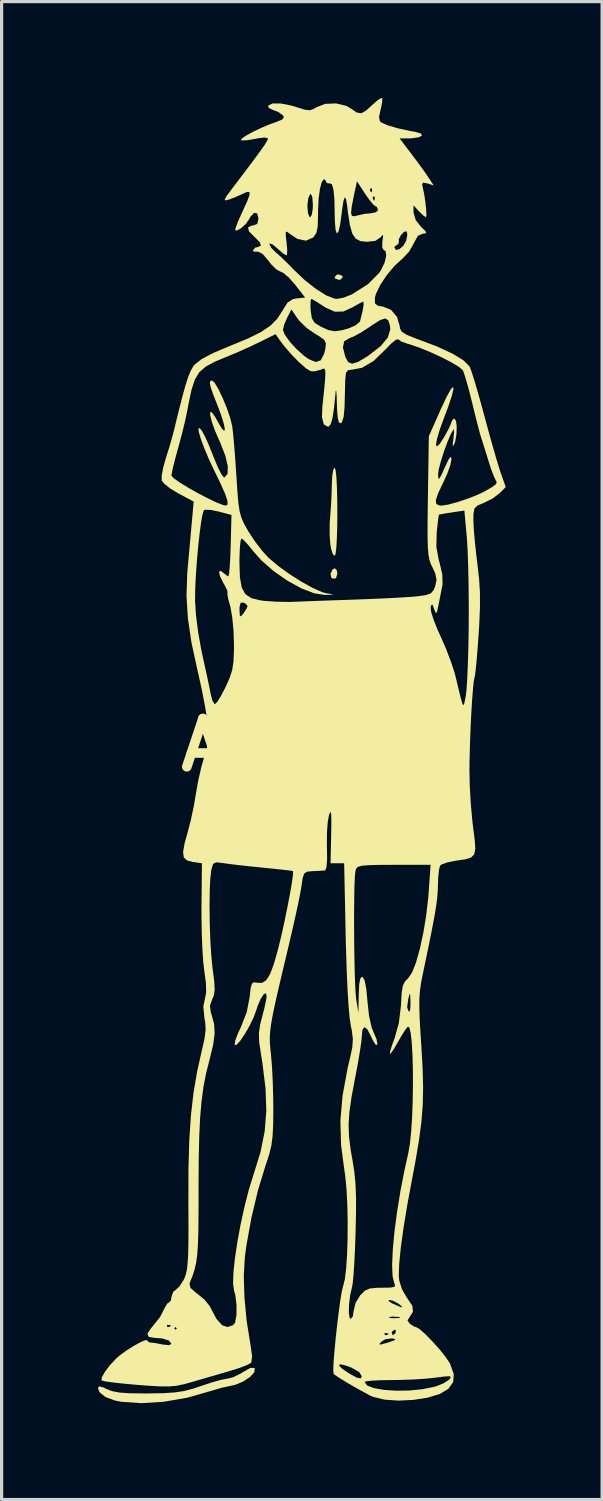
<source format=kicad_pcb>
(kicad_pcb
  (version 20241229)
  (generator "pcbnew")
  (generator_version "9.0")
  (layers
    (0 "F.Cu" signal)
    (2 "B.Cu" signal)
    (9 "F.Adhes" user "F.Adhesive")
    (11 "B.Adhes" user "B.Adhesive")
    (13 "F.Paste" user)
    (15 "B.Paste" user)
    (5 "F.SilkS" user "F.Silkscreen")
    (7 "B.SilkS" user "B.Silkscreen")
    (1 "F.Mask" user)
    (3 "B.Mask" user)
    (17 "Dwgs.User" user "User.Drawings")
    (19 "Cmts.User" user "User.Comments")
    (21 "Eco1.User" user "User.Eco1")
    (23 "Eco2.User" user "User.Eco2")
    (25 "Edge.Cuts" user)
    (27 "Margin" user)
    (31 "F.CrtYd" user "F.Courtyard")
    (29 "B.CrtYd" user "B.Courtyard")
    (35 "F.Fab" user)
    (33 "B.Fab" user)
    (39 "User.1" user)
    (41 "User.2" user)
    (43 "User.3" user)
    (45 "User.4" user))
  (footprint "Allitnil"
    (layer "F.Cu")
    (at 8.225 20.14)
    (property "Reference" "Allitnil" (at -1.959 0 0) (layer "F.SilkS") (effects (font (size 1.5 1.5) (thickness 0.3))))
    (attr board_only exclude_from_pos_files exclude_from_bom)
    (fp_poly (pts (xy -0.788 -5.432) (xy -0.774 -5.334) (xy -0.816 -5.187) (xy -0.919 -5.179) (xy -0.966 -5.215) (xy -0.985 -5.33) (xy -0.926 -5.459) (xy -0.85 -5.503)) (stroke (width 0) (type solid)) (fill yes) (layer "F.SilkS"))
    (fp_poly (pts (xy -0.619 -14.602) (xy -0.605 -14.563) (xy -0.673 -14.488) (xy -0.732 -14.478) (xy -0.844 -14.524) (xy -0.859 -14.563) (xy -0.79 -14.638) (xy -0.732 -14.647)) (stroke (width 0) (type solid)) (fill yes) (layer "F.SilkS"))
    (fp_poly (pts (xy -0.828 -8.557) (xy -0.804 -8.343) (xy -0.787 -8.029) (xy -0.777 -7.648) (xy -0.774 -7.235) (xy -0.777 -6.824) (xy -0.788 -6.45) (xy -0.805 -6.146) (xy -0.83 -5.947) (xy -0.853 -5.888) (xy -0.911 -5.932) (xy -0.967 -6.101) (xy -0.99 -6.223) (xy -1.014 -6.538) (xy -1.012 -6.908) (xy -0.998 -7.092) (xy -0.97 -7.466) (xy -0.951 -7.886) (xy -0.946 -8.107) (xy -0.932 -8.384) (xy -0.899 -8.575) (xy -0.859 -8.636)) (stroke (width 0) (type solid)) (fill yes) (layer "F.SilkS"))
    (fp_poly (pts (xy -3.345 19.407) (xy -3.358 19.526) (xy -3.49 19.672) (xy -3.698 19.811) (xy -3.941 19.914) (xy -4.055 19.941) (xy -4.355 20.005) (xy -4.672 20.096) (xy -4.711 20.109) (xy -5.444 20.318) (xy -6.184 20.446) (xy -6.887 20.489) (xy -7.509 20.444) (xy -7.695 20.407) (xy -7.996 20.296) (xy -8.181 20.144) (xy -8.225 20.02) (xy -8.188 19.964) (xy -8.058 19.999) (xy -7.949 20.051) (xy -7.781 20.116) (xy -7.557 20.158) (xy -7.242 20.18) (xy -6.802 20.186) (xy -6.658 20.186) (xy -6.186 20.177) (xy -5.831 20.154) (xy -5.54 20.11) (xy -5.261 20.037) (xy -5.014 19.953) (xy -4.689 19.845) (xy -4.406 19.765) (xy -4.218 19.728) (xy -4.2 19.727) (xy -4.015 19.681) (xy -3.78 19.565) (xy -3.709 19.52) (xy -3.481 19.392) (xy -3.357 19.392)) (stroke (width 0) (type solid)) (fill yes) (layer "F.SilkS"))
    (fp_poly (pts (xy 0.625 -20.04) (xy 0.589 -19.842) (xy 0.571 -19.774) (xy 0.524 -19.545) (xy 0.549 -19.42) (xy 0.595 -19.377) (xy 0.795 -19.288) (xy 1.111 -19.196) (xy 1.488 -19.114) (xy 1.633 -19.089) (xy 1.824 -19.036) (xy 1.863 -18.973) (xy 1.764 -18.918) (xy 1.543 -18.885) (xy 1.444 -18.882) (xy 1.164 -18.881) (xy 1.536 -18.394) (xy 1.748 -18.111) (xy 1.94 -17.846) (xy 2.066 -17.663) (xy 2.223 -17.419) (xy 2.029 -17.481) (xy 1.889 -17.506) (xy 1.866 -17.435) (xy 1.878 -17.386) (xy 1.923 -17.178) (xy 1.963 -16.925) (xy 1.99 -16.679) (xy 2 -16.495) (xy 1.986 -16.425) (xy 1.903 -16.481) (xy 1.769 -16.611) (xy 1.597 -16.796) (xy 1.597 -16.572) (xy 1.668 -16.335) (xy 1.829 -16.132) (xy 1.971 -15.993) (xy 1.993 -15.932) (xy 1.905 -15.917) (xy 1.888 -15.917) (xy 1.734 -15.85) (xy 1.614 -15.635) (xy 1.608 -15.619) (xy 1.461 -15.358) (xy 1.253 -15.139) (xy 1.245 -15.132) (xy 1.002 -14.909) (xy 0.76 -14.618) (xy 0.556 -14.308) (xy 0.423 -14.031) (xy 0.394 -13.912) (xy 0.397 -13.746) (xy 0.484 -13.673) (xy 0.645 -13.647) (xy 0.896 -13.545) (xy 1.084 -13.324) (xy 1.171 -13.03) (xy 1.173 -12.977) (xy 1.222 -12.873) (xy 1.382 -12.769) (xy 1.681 -12.648) (xy 1.745 -12.626) (xy 2.339 -12.401) (xy 2.811 -12.182) (xy 3.148 -11.976) (xy 3.335 -11.791) (xy 3.348 -11.768) (xy 3.406 -11.615) (xy 3.496 -11.332) (xy 3.607 -10.952) (xy 3.731 -10.51) (xy 3.802 -10.245) (xy 3.935 -9.756) (xy 4.066 -9.287) (xy 4.184 -8.88) (xy 4.278 -8.575) (xy 4.309 -8.48) (xy 4.468 -8.028) (xy 4.275 -7.835) (xy 4.06 -7.673) (xy 3.795 -7.539) (xy 3.77 -7.529) (xy 3.586 -7.453) (xy 3.495 -7.361) (xy 3.464 -7.199) (xy 3.461 -6.989) (xy 3.473 -6.722) (xy 3.505 -6.346) (xy 3.551 -5.918) (xy 3.586 -5.636) (xy 3.638 -5.177) (xy 3.665 -4.749) (xy 3.666 -4.294) (xy 3.644 -3.756) (xy 3.624 -3.443) (xy 3.592 -2.996) (xy 3.56 -2.609) (xy 3.53 -2.314) (xy 3.507 -2.141) (xy 3.499 -2.112) (xy 3.474 -1.995) (xy 3.448 -1.741) (xy 3.42 -1.381) (xy 3.394 -0.946) (xy 3.371 -0.467) (xy 3.353 0.024) (xy 3.341 0.496) (xy 3.338 0.762) (xy 3.348 1.269) (xy 3.381 1.841) (xy 3.43 2.377) (xy 3.448 2.529) (xy 3.502 2.948) (xy 3.52 3.229) (xy 3.487 3.404) (xy 3.389 3.504) (xy 3.209 3.559) (xy 2.932 3.6) (xy 2.913 3.603) (xy 2.656 3.654) (xy 2.472 3.72) (xy 2.424 3.757) (xy 2.39 3.888) (xy 2.365 4.13) (xy 2.358 4.36) (xy 2.351 4.559) (xy 2.333 4.775) (xy 2.299 5.034) (xy 2.245 5.358) (xy 2.166 5.772) (xy 2.06 6.299) (xy 1.921 6.963) (xy 1.89 7.112) (xy 1.835 7.388) (xy 1.799 7.636) (xy 1.78 7.891) (xy 1.778 8.189) (xy 1.791 8.567) (xy 1.82 9.059) (xy 1.84 9.356) (xy 1.88 10.053) (xy 1.896 10.652) (xy 1.885 11.198) (xy 1.842 11.737) (xy 1.766 12.317) (xy 1.653 12.983) (xy 1.554 13.504) (xy 1.406 14.303) (xy 1.288 15.021) (xy 1.202 15.641) (xy 1.152 16.143) (xy 1.138 16.51) (xy 1.15 16.661) (xy 1.24 16.947) (xy 1.391 17.207) (xy 1.398 17.215) (xy 1.559 17.456) (xy 1.581 17.643) (xy 1.482 17.798) (xy 1.411 17.912) (xy 1.479 18.015) (xy 1.617 18.105) (xy 1.673 18.119) (xy 1.783 18.18) (xy 1.964 18.339) (xy 2.181 18.561) (xy 2.403 18.809) (xy 2.595 19.048) (xy 2.724 19.242) (xy 2.739 19.271) (xy 2.85 19.586) (xy 2.833 19.828) (xy 2.686 20.036) (xy 2.676 20.046) (xy 2.416 20.202) (xy 2.038 20.317) (xy 1.593 20.387) (xy 1.128 20.409) (xy 0.692 20.379) (xy 0.333 20.291) (xy 0.239 20.248) (xy -0.123 20.051) (xy -0.449 19.864) (xy -0.507 19.828) (xy 0.073 19.828) (xy 0.151 19.937) (xy 0.363 20.02) (xy 0.676 20.075) (xy 1.054 20.101) (xy 1.465 20.095) (xy 1.874 20.054) (xy 2.248 19.978) (xy 2.296 19.965) (xy 2.531 19.871) (xy 2.701 19.762) (xy 2.72 19.742) (xy 2.759 19.675) (xy 2.71 19.649) (xy 2.547 19.659) (xy 2.316 19.691) (xy 2.002 19.725) (xy 1.587 19.752) (xy 1.141 19.767) (xy 0.941 19.769) (xy 0.58 19.774) (xy 0.293 19.789) (xy 0.114 19.81) (xy 0.073 19.828) (xy -0.507 19.828) (xy -0.706 19.707) (xy -0.862 19.601) (xy -0.892 19.572) (xy -0.901 19.461) (xy -0.895 19.311) (xy -0.725 19.311) (xy -0.632 19.41) (xy -0.408 19.563) (xy -0.405 19.565) (xy -0.171 19.693) (xy -0.047 19.719) (xy -0.012 19.653) (xy -0.094 19.519) (xy -0.333 19.383) (xy -0.502 19.32) (xy -0.683 19.277) (xy -0.725 19.311) (xy -0.895 19.311) (xy -0.891 19.218) (xy -0.865 18.879) (xy -0.843 18.651) (xy 0.532 18.651) (xy 0.57 18.665) (xy 0.737 18.621) (xy 0.799 18.602) (xy 0.992 18.536) (xy 1.035 18.498) (xy 0.942 18.473) (xy 0.93 18.471) (xy 0.718 18.5) (xy 0.598 18.574) (xy 0.532 18.651) (xy -0.843 18.651) (xy -0.827 18.481) (xy -0.809 18.316) (xy 0.694 18.316) (xy 0.705 18.367) (xy 0.75 18.373) (xy 0.82 18.342) (xy 0.807 18.316) (xy 0.706 18.306) (xy 0.694 18.316) (xy -0.809 18.316) (xy -0.806 18.288) (xy 0.919 18.288) (xy 0.948 18.37) (xy 0.957 18.373) (xy 1.029 18.313) (xy 1.046 18.288) (xy 1.04 18.21) (xy 1.009 18.203) (xy 0.923 18.265) (xy 0.919 18.288) (xy -0.806 18.288) (xy -0.781 18.059) (xy -0.731 17.649) (xy -0.682 17.288) (xy -0.635 17.011) (xy -0.597 16.855) (xy -0.595 16.849) (xy -0.541 16.636) (xy -0.499 16.29) (xy -0.47 15.846) (xy -0.455 15.338) (xy -0.453 14.803) (xy -0.465 14.275) (xy -0.491 13.791) (xy -0.532 13.384) (xy -0.553 13.25) (xy -0.658 12.458) (xy -0.676 11.812) (xy -0.424 11.812) (xy -0.411 12.188) (xy -0.361 12.593) (xy -0.299 12.947) (xy -0.244 13.294) (xy -0.209 13.659) (xy -0.192 14.084) (xy -0.193 14.605) (xy -0.206 15.155) (xy -0.223 15.654) (xy -0.245 16.106) (xy -0.269 16.48) (xy -0.294 16.742) (xy -0.311 16.849) (xy -0.373 17.121) (xy -0.409 17.406) (xy -0.417 17.655) (xy -0.395 17.822) (xy -0.359 17.865) (xy -0.328 17.831) (xy 0.83 17.831) (xy 0.947 17.844) (xy 1.004 17.845) (xy 1.158 17.836) (xy 1.176 17.814) (xy 1.152 17.806) (xy 0.938 17.793) (xy 0.856 17.806) (xy 0.83 17.831) (xy -0.328 17.831) (xy -0.293 17.791) (xy -0.266 17.615) (xy -0.207 17.368) (xy -0.169 17.307) (xy 0.816 17.307) (xy 0.924 17.378) (xy 0.962 17.396) (xy 1.181 17.491) (xy 1.257 17.507) (xy 1.197 17.444) (xy 1.136 17.396) (xy 0.955 17.299) (xy 0.84 17.276) (xy 0.816 17.307) (xy -0.169 17.307) (xy -0.061 17.129) (xy 0.082 16.988) (xy 0.24 16.918) (xy 0.476 16.896) (xy 0.61 16.895) (xy 0.873 16.892) (xy 1.001 16.869) (xy 1.024 16.813) (xy 0.998 16.753) (xy 0.946 16.541) (xy 0.931 16.19) (xy 0.951 15.724) (xy 1.002 15.169) (xy 1.083 14.549) (xy 1.189 13.891) (xy 1.32 13.217) (xy 1.436 12.7) (xy 1.485 12.414) (xy 1.524 12.035) (xy 1.553 11.588) (xy 1.571 11.1) (xy 1.579 10.597) (xy 1.577 10.107) (xy 1.565 9.656) (xy 1.543 9.27) (xy 1.511 8.976) (xy 1.469 8.8) (xy 1.423 8.766) (xy 1.345 8.86) (xy 1.221 9.056) (xy 1.121 9.232) (xy 0.992 9.454) (xy 0.896 9.593) (xy 0.86 9.621) (xy 0.871 9.531) (xy 0.933 9.333) (xy 1.007 9.133) (xy 1.14 8.662) (xy 1.2 8.166) (xy 1.399 8.166) (xy 1.442 8.288) (xy 1.475 8.297) (xy 1.496 8.223) (xy 1.503 8.037) (xy 1.502 7.98) (xy 1.494 7.781) (xy 1.479 7.741) (xy 1.448 7.851) (xy 1.433 7.916) (xy 1.399 8.166) (xy 1.2 8.166) (xy 1.207 8.112) (xy 1.209 8.051) (xy 1.229 7.712) (xy 1.265 7.497) (xy 1.332 7.359) (xy 1.427 7.264) (xy 1.549 7.09) (xy 1.673 6.776) (xy 1.793 6.353) (xy 1.902 5.85) (xy 1.993 5.299) (xy 2.058 4.728) (xy 2.071 4.552) (xy 2.129 3.729) (xy 0.983 3.731) (xy 0.521 3.733) (xy 0.202 3.741) (xy -0.003 3.758) (xy -0.122 3.789) (xy -0.181 3.837) (xy -0.208 3.905) (xy -0.227 4.063) (xy -0.24 4.358) (xy -0.248 4.76) (xy -0.253 5.235) (xy -0.252 5.753) (xy -0.248 6.281) (xy -0.24 6.788) (xy -0.228 7.243) (xy -0.212 7.612) (xy -0.193 7.866) (xy -0.187 7.916) (xy -0.119 8.34) (xy -0.108 7.761) (xy -0.092 7.437) (xy -0.057 7.262) (xy 0.001 7.215) (xy 0.009 7.217) (xy 0.074 7.323) (xy 0.126 7.586) (xy 0.162 7.965) (xy 0.212 8.426) (xy 0.292 8.787) (xy 0.359 8.955) (xy 0.448 9.163) (xy 0.473 9.319) (xy 0.468 9.336) (xy 0.417 9.329) (xy 0.332 9.196) (xy 0.28 9.083) (xy 0.162 8.853) (xy 0.067 8.782) (xy 0.005 8.87) (xy -0.012 9.066) (xy -0.028 9.244) (xy -0.073 9.546) (xy -0.138 9.931) (xy -0.219 10.357) (xy -0.224 10.38) (xy -0.332 10.957) (xy -0.398 11.418) (xy -0.424 11.812) (xy -0.676 11.812) (xy -0.679 11.697) (xy -0.612 10.917) (xy -0.455 10.064) (xy -0.38 9.748) (xy -0.308 9.41) (xy -0.291 9.147) (xy -0.326 8.873) (xy -0.356 8.732) (xy -0.393 8.487) (xy -0.427 8.094) (xy -0.459 7.571) (xy -0.486 6.938) (xy -0.508 6.216) (xy -0.514 5.969) (xy -0.562 3.683) (xy -0.774 3.683) (xy -0.986 3.682) (xy -0.966 2.794) (xy -0.961 2.41) (xy -0.964 2.179) (xy -0.98 2.086) (xy -1.008 2.114) (xy -1.036 2.193) (xy -1.075 2.416) (xy -1.097 2.743) (xy -1.1 3.113) (xy -1.097 3.188) (xy -1.093 3.549) (xy -1.111 3.796) (xy -1.148 3.903) (xy -1.155 3.906) (xy -1.292 3.916) (xy -1.512 3.926) (xy -1.535 3.927) (xy -1.711 3.942) (xy -1.806 4.001) (xy -1.855 4.149) (xy -1.885 4.36) (xy -1.923 4.585) (xy -1.993 4.936) (xy -2.088 5.376) (xy -2.2 5.868) (xy -2.283 6.223) (xy -2.458 6.959) (xy -2.598 7.551) (xy -2.705 8.022) (xy -2.783 8.391) (xy -2.835 8.681) (xy -2.865 8.912) (xy -2.877 9.107) (xy -2.874 9.285) (xy -2.858 9.469) (xy -2.841 9.63) (xy -2.81 9.988) (xy -2.786 10.45) (xy -2.771 10.952) (xy -2.767 11.345) (xy -2.772 11.817) (xy -2.789 12.171) (xy -2.826 12.457) (xy -2.89 12.727) (xy -2.988 13.031) (xy -3.006 13.081) (xy -3.242 13.852) (xy -3.448 14.712) (xy -3.605 15.583) (xy -3.655 15.957) (xy -3.686 16.531) (xy -3.665 17.21) (xy -3.595 17.941) (xy -3.479 18.667) (xy -3.473 18.699) (xy -3.427 19.035) (xy -3.453 19.219) (xy -3.468 19.238) (xy -3.589 19.304) (xy -3.821 19.392) (xy -4.089 19.477) (xy -4.457 19.584) (xy -4.888 19.71) (xy -5.261 19.819) (xy -5.539 19.897) (xy -5.772 19.946) (xy -6.006 19.968) (xy -6.288 19.967) (xy -6.662 19.945) (xy -6.978 19.921) (xy -7.389 19.885) (xy -7.738 19.847) (xy -7.989 19.812) (xy -8.11 19.784) (xy -8.115 19.781) (xy -8.105 19.683) (xy -8.006 19.508) (xy -7.846 19.299) (xy -7.658 19.098) (xy -7.556 19.008) (xy -7.343 18.852) (xy -7.109 18.704) (xy -6.897 18.588) (xy -6.748 18.526) (xy -6.701 18.533) (xy -6.633 18.595) (xy -6.595 18.6) (xy -6.442 18.618) (xy -6.221 18.661) (xy -6.214 18.663) (xy -6.018 18.685) (xy -5.939 18.646) (xy -5.939 18.642) (xy -6.017 18.539) (xy -6.228 18.473) (xy -6.453 18.457) (xy -6.648 18.425) (xy -6.688 18.327) (xy -6.578 18.161) (xy -5.854 18.161) (xy -5.812 18.203) (xy -5.769 18.161) (xy -5.812 18.119) (xy -5.854 18.161) (xy -6.578 18.161) (xy -6.575 18.157) (xy -6.552 18.132) (xy -6.496 18.062) (xy -6.08 18.062) (xy -6.068 18.113) (xy -6.023 18.119) (xy -5.954 18.088) (xy -5.967 18.062) (xy -6.067 18.052) (xy -6.08 18.062) (xy -6.496 18.062) (xy -6.294 17.809) (xy -6.138 17.505) (xy -6.061 17.38) (xy -6.013 17.357) (xy -5.953 17.286) (xy -5.939 17.185) (xy -5.882 17.021) (xy -5.808 16.963) (xy -5.691 16.858) (xy -5.631 16.764) (xy -5.376 16.764) (xy -5.347 16.9) (xy -5.155 17.068) (xy -5.128 17.086) (xy -4.909 17.267) (xy -4.747 17.467) (xy -4.725 17.51) (xy -4.538 17.864) (xy -4.359 18.063) (xy -4.192 18.119) (xy -4.023 18.063) (xy -3.958 17.985) (xy -3.914 17.745) (xy -3.913 17.428) (xy -3.951 17.119) (xy -3.991 16.977) (xy -4.02 16.766) (xy -4.009 16.423) (xy -3.962 15.981) (xy -3.886 15.471) (xy -3.785 14.926) (xy -3.665 14.376) (xy -3.532 13.854) (xy -3.39 13.392) (xy -3.37 13.334) (xy -3.163 12.663) (xy -3.036 12.028) (xy -2.985 11.387) (xy -3.009 10.694) (xy -3.106 9.905) (xy -3.156 9.596) (xy -3.208 9.24) (xy -3.216 8.97) (xy -3.177 8.706) (xy -3.118 8.475) (xy -3.042 8.18) (xy -2.991 7.936) (xy -2.975 7.815) (xy -3.003 7.727) (xy -3.073 7.768) (xy -3.164 7.912) (xy -3.257 8.129) (xy -3.297 8.255) (xy -3.382 8.485) (xy -3.507 8.743) (xy -3.65 8.992) (xy -3.789 9.198) (xy -3.901 9.326) (xy -3.966 9.34) (xy -3.97 9.332) (xy -3.953 9.203) (xy -3.871 8.982) (xy -3.778 8.787) (xy -3.594 8.315) (xy -3.504 7.851) (xy -3.473 7.575) (xy -3.435 7.432) (xy -3.369 7.387) (xy -3.271 7.401) (xy -3.118 7.406) (xy -2.987 7.323) (xy -2.868 7.133) (xy -2.749 6.817) (xy -2.619 6.356) (xy -2.596 6.265) (xy -2.508 5.897) (xy -2.417 5.485) (xy -2.331 5.062) (xy -2.254 4.662) (xy -2.194 4.319) (xy -2.158 4.065) (xy -2.15 3.935) (xy -2.154 3.926) (xy -2.24 3.911) (xy -2.46 3.885) (xy -2.778 3.851) (xy -3.102 3.818) (xy -3.517 3.776) (xy -3.9 3.733) (xy -4.201 3.696) (xy -4.339 3.675) (xy -4.543 3.652) (xy -4.64 3.701) (xy -4.691 3.859) (xy -4.699 3.896) (xy -4.729 4.162) (xy -4.747 4.555) (xy -4.752 5.031) (xy -4.746 5.55) (xy -4.728 6.07) (xy -4.699 6.546) (xy -4.66 6.939) (xy -4.652 6.998) (xy -4.605 7.368) (xy -4.593 7.617) (xy -4.616 7.79) (xy -4.668 7.915) (xy -4.74 8.116) (xy -4.712 8.329) (xy -4.684 8.412) (xy -4.609 8.69) (xy -4.593 8.98) (xy -4.638 9.327) (xy -4.748 9.78) (xy -4.759 9.823) (xy -4.861 10.225) (xy -4.94 10.638) (xy -5.001 11.086) (xy -5.045 11.595) (xy -5.073 12.192) (xy -5.089 12.902) (xy -5.094 13.751) (xy -5.094 13.906) (xy -5.095 14.58) (xy -5.1 15.111) (xy -5.112 15.525) (xy -5.133 15.847) (xy -5.167 16.103) (xy -5.215 16.32) (xy -5.281 16.523) (xy -5.366 16.739) (xy -5.376 16.764) (xy -5.631 16.764) (xy -5.564 16.661) (xy -5.537 16.606) (xy -5.492 16.487) (xy -5.458 16.336) (xy -5.434 16.132) (xy -5.418 15.851) (xy -5.41 15.471) (xy -5.408 14.97) (xy -5.411 14.325) (xy -5.411 14.224) (xy -5.409 13.2) (xy -5.383 12.313) (xy -5.332 11.533) (xy -5.252 10.83) (xy -5.14 10.171) (xy -4.996 9.529) (xy -4.908 9.139) (xy -4.873 8.856) (xy -4.888 8.626) (xy -4.909 8.527) (xy -4.946 8.138) (xy -4.902 7.935) (xy -4.857 7.705) (xy -4.866 7.397) (xy -4.912 7.064) (xy -4.948 6.763) (xy -4.976 6.339) (xy -4.995 5.84) (xy -5.003 5.312) (xy -5.003 5.069) (xy -4.99 3.683) (xy -5.273 3.641) (xy -5.455 3.593) (xy -5.554 3.498) (xy -5.576 3.326) (xy -5.526 3.049) (xy -5.438 2.736) (xy -5.334 2.336) (xy -5.237 1.877) (xy -5.178 1.524) (xy -5.105 1.112) (xy -5.005 0.676) (xy -4.912 0.354) (xy -4.823 0.06) (xy -4.781 -0.178) (xy -4.782 -0.427) (xy -4.82 -0.759) (xy -4.833 -0.845) (xy -4.899 -1.237) (xy -4.991 -1.71) (xy -5.095 -2.186) (xy -5.134 -2.354) (xy -5.317 -3.2) (xy -5.427 -3.945) (xy -5.46 -4.494) (xy -5.203 -4.494) (xy -5.203 -4.487) (xy -5.174 -4.041) (xy -5.107 -3.511) (xy -5.012 -2.976) (xy -4.983 -2.836) (xy -4.892 -2.424) (xy -4.809 -2.041) (xy -4.746 -1.736) (xy -4.717 -1.587) (xy -4.663 -1.384) (xy -4.599 -1.275) (xy -4.584 -1.27) (xy -4.513 -1.341) (xy -4.397 -1.527) (xy -4.26 -1.79) (xy -4.25 -1.811) (xy -4.124 -2.093) (xy -4.047 -2.333) (xy -4.007 -2.592) (xy -3.993 -2.929) (xy -3.992 -3.145) (xy -4.007 -3.566) (xy -4.045 -3.967) (xy -4.087 -4.21) (xy -3.819 -4.21) (xy -3.811 -4.032) (xy -3.776 -4.003) (xy -3.692 -4.101) (xy -3.596 -4.251) (xy -3.583 -4.285) (xy 2.13 -4.285) (xy 2.146 -4.142) (xy 2.225 -3.891) (xy 2.352 -3.574) (xy 2.433 -3.396) (xy 2.605 -3.004) (xy 2.761 -2.598) (xy 2.876 -2.248) (xy 2.899 -2.159) (xy 3.003 -1.725) (xy 3.073 -1.438) (xy 3.12 -1.281) (xy 3.151 -1.236) (xy 3.175 -1.286) (xy 3.202 -1.413) (xy 3.223 -1.524) (xy 3.247 -1.722) (xy 3.269 -2.057) (xy 3.288 -2.5) (xy 3.304 -3.018) (xy 3.314 -3.581) (xy 3.316 -3.768) (xy 3.317 -4.376) (xy 3.311 -4.986) (xy 3.299 -5.557) (xy 3.282 -6.047) (xy 3.26 -6.415) (xy 3.256 -6.464) (xy 3.18 -7.297) (xy 2.79 -7.239) (xy 2.558 -7.202) (xy 2.411 -7.175) (xy 2.387 -7.168) (xy 2.372 -7.084) (xy 2.347 -6.878) (xy 2.32 -6.631) (xy 2.308 -6.167) (xy 2.384 -5.753) (xy 2.408 -5.676) (xy 2.493 -5.312) (xy 2.501 -5.006) (xy 2.496 -4.971) (xy 2.442 -4.699) (xy 2.382 -4.394) (xy 2.376 -4.36) (xy 2.331 -4.156) (xy 2.298 -4.101) (xy 2.258 -4.18) (xy 2.24 -4.233) (xy 2.187 -4.37) (xy 2.151 -4.355) (xy 2.13 -4.285) (xy -3.583 -4.285) (xy -3.568 -4.325) (xy -3.635 -4.403) (xy -3.695 -4.433) (xy -3.784 -4.427) (xy -3.818 -4.296) (xy -3.819 -4.21) (xy -4.087 -4.21) (xy -4.099 -4.281) (xy -4.115 -4.339) (xy -4.176 -4.569) (xy -4.199 -4.714) (xy -4.19 -4.741) (xy -4.2 -4.805) (xy -4.278 -4.967) (xy -4.325 -5.048) (xy -4.429 -5.26) (xy -4.456 -5.393) (xy -4.406 -5.421) (xy -4.312 -5.35) (xy -4.2 -5.262) (xy -4.165 -5.249) (xy -4.144 -5.328) (xy -4.124 -5.543) (xy -4.106 -5.859) (xy -4.094 -6.205) (xy -4.069 -7.16) (xy -4.467 -7.266) (xy -4.711 -7.316) (xy -4.885 -7.322) (xy -4.928 -7.306) (xy -4.969 -7.187) (xy -5.015 -6.934) (xy -5.062 -6.58) (xy -5.108 -6.159) (xy -5.148 -5.706) (xy -5.179 -5.255) (xy -5.199 -4.839) (xy -5.203 -4.494) (xy -5.46 -4.494) (xy -5.469 -4.641) (xy -5.447 -5.336) (xy -5.433 -5.503) (xy -5.392 -5.956) (xy -5.35 -6.424) (xy -5.313 -6.831) (xy -5.299 -6.985) (xy -5.247 -7.578) (xy -5.72 -7.829) (xy -5.976 -7.984) (xy -6.166 -8.135) (xy -6.241 -8.233) (xy -6.241 -8.384) (xy -5.939 -8.384) (xy -5.868 -8.303) (xy -5.682 -8.172) (xy -5.417 -8.01) (xy -5.111 -7.837) (xy -4.8 -7.675) (xy -4.524 -7.544) (xy -4.318 -7.465) (xy -4.245 -7.451) (xy -4.189 -7.486) (xy -4.195 -7.603) (xy -4.268 -7.818) (xy -4.415 -8.149) (xy -4.61 -8.551) (xy -4.777 -8.907) (xy -4.916 -9.238) (xy -5.021 -9.521) (xy -5.084 -9.734) (xy -5.098 -9.854) (xy -5.056 -9.858) (xy -4.99 -9.779) (xy -4.903 -9.621) (xy -4.783 -9.355) (xy -4.652 -9.032) (xy -4.622 -8.953) (xy -4.499 -8.656) (xy -4.388 -8.436) (xy -4.307 -8.329) (xy -4.289 -8.325) (xy -4.191 -8.439) (xy -4.183 -8.675) (xy -4.264 -9.014) (xy -4.43 -9.436) (xy -4.457 -9.493) (xy -4.594 -9.812) (xy -4.686 -10.077) (xy -4.732 -10.268) (xy -4.73 -10.367) (xy -4.679 -10.354) (xy -4.577 -10.21) (xy -4.502 -10.075) (xy -4.373 -9.853) (xy -4.297 -9.777) (xy -4.276 -9.834) (xy -4.31 -10.01) (xy -4.399 -10.29) (xy -4.494 -10.542) (xy -4.637 -10.907) (xy -4.718 -11.143) (xy -4.745 -11.277) (xy -4.721 -11.335) (xy -4.675 -11.345) (xy -4.592 -11.272) (xy -4.476 -11.078) (xy -4.346 -10.806) (xy -4.219 -10.498) (xy -4.114 -10.195) (xy -4.049 -9.938) (xy -4.044 -9.906) (xy -4.018 -9.679) (xy -3.986 -9.328) (xy -3.952 -8.896) (xy -3.92 -8.43) (xy -3.914 -8.339) (xy -3.883 -7.864) (xy -3.853 -7.52) (xy -3.815 -7.269) (xy -3.76 -7.073) (xy -3.682 -6.894) (xy -3.57 -6.694) (xy -3.542 -6.646) (xy -3.332 -6.327) (xy -3.092 -6.018) (xy -2.918 -5.83) (xy -2.624 -5.58) (xy -2.268 -5.322) (xy -1.891 -5.082) (xy -1.535 -4.885) (xy -1.24 -4.755) (xy -1.1 -4.719) (xy -0.932 -4.696) (xy -0.916 -4.684) (xy -1.058 -4.674) (xy -1.156 -4.67) (xy -1.49 -4.72) (xy -1.895 -4.876) (xy -2.33 -5.115) (xy -2.758 -5.413) (xy -3.139 -5.747) (xy -3.378 -6.016) (xy -3.555 -6.233) (xy -3.694 -6.384) (xy -3.758 -6.431) (xy -3.787 -6.354) (xy -3.808 -6.146) (xy -3.82 -5.844) (xy -3.822 -5.682) (xy -3.807 -5.221) (xy -3.751 -4.901) (xy -3.636 -4.692) (xy -3.444 -4.567) (xy -3.157 -4.5) (xy -3.049 -4.486) (xy -2.677 -4.46) (xy -2.273 -4.453) (xy -2.129 -4.457) (xy -1.884 -4.467) (xy -1.511 -4.481) (xy -1.051 -4.498) (xy -0.543 -4.515) (xy -0.224 -4.526) (xy 0.295 -4.546) (xy 0.793 -4.568) (xy 1.229 -4.592) (xy 1.563 -4.614) (xy 1.698 -4.626) (xy 1.976 -4.664) (xy 2.134 -4.718) (xy 2.221 -4.817) (xy 2.27 -4.936) (xy 2.314 -5.14) (xy 2.275 -5.337) (xy 2.189 -5.524) (xy 2.132 -5.642) (xy 2.091 -5.768) (xy 2.062 -5.926) (xy 2.044 -6.141) (xy 2.035 -6.437) (xy 2.034 -6.841) (xy 2.04 -7.375) (xy 2.045 -7.732) (xy 2.074 -9.61) (xy 2.448 -10.454) (xy 2.629 -10.84) (xy 2.757 -11.069) (xy 2.829 -11.147) (xy 2.841 -11.079) (xy 2.791 -10.87) (xy 2.676 -10.525) (xy 2.57 -10.245) (xy 2.42 -9.835) (xy 2.329 -9.532) (xy 2.297 -9.347) (xy 2.324 -9.289) (xy 2.412 -9.37) (xy 2.55 -9.583) (xy 2.68 -9.82) (xy 2.764 -10.004) (xy 2.782 -10.069) (xy 2.843 -10.156) (xy 2.867 -10.16) (xy 2.92 -10.087) (xy 2.942 -9.905) (xy 2.934 -9.674) (xy 2.896 -9.452) (xy 2.863 -9.356) (xy 2.821 -9.296) (xy 2.82 -9.392) (xy 2.838 -9.525) (xy 2.86 -9.724) (xy 2.854 -9.821) (xy 2.844 -9.821) (xy 2.763 -9.689) (xy 2.659 -9.446) (xy 2.548 -9.145) (xy 2.45 -8.837) (xy 2.382 -8.576) (xy 2.362 -8.431) (xy 2.37 -8.302) (xy 2.399 -8.287) (xy 2.464 -8.4) (xy 2.57 -8.636) (xy 2.684 -8.878) (xy 2.75 -8.97) (xy 2.776 -8.924) (xy 2.778 -8.89) (xy 2.741 -8.705) (xy 2.644 -8.435) (xy 2.527 -8.18) (xy 2.366 -7.842) (xy 2.292 -7.624) (xy 2.305 -7.503) (xy 2.402 -7.455) (xy 2.473 -7.451) (xy 2.68 -7.483) (xy 2.983 -7.566) (xy 3.321 -7.68) (xy 3.634 -7.807) (xy 3.798 -7.887) (xy 4.043 -8.026) (xy 4.163 -8.117) (xy 4.186 -8.187) (xy 4.156 -8.241) (xy 4.094 -8.371) (xy 4.006 -8.607) (xy 3.929 -8.848) (xy 3.834 -9.156) (xy 3.748 -9.428) (xy 3.703 -9.567) (xy 3.653 -9.738) (xy 3.577 -10.027) (xy 3.487 -10.388) (xy 3.426 -10.639) (xy 3.331 -11.016) (xy 3.24 -11.344) (xy 3.166 -11.58) (xy 3.131 -11.665) (xy 3.018 -11.765) (xy 2.787 -11.905) (xy 2.477 -12.065) (xy 2.13 -12.225) (xy 1.784 -12.367) (xy 1.481 -12.471) (xy 1.405 -12.491) (xy 1.218 -12.559) (xy 1.123 -12.628) (xy 1.047 -12.612) (xy 0.899 -12.492) (xy 0.733 -12.32) (xy 0.351 -11.95) (xy -0.007 -11.741) (xy -0.304 -11.684) (xy -0.441 -11.667) (xy -0.505 -11.584) (xy -0.527 -11.389) (xy -0.529 -11.324) (xy -0.537 -11.017) (xy -0.546 -10.657) (xy -0.55 -10.506) (xy -0.577 -10.213) (xy -0.634 -10.041) (xy -0.668 -10.013) (xy -0.726 -10.043) (xy -0.763 -10.193) (xy -0.784 -10.484) (xy -0.788 -10.64) (xy -0.797 -10.9) (xy -0.81 -11.032) (xy -0.825 -11.019) (xy -0.83 -10.964) (xy -0.877 -10.492) (xy -0.926 -10.171) (xy -0.981 -9.982) (xy -1.048 -9.909) (xy -1.066 -9.906) (xy -1.196 -9.98) (xy -1.252 -10.203) (xy -1.241 -10.522) (xy -1.19 -11.005) (xy -1.158 -11.343) (xy -1.146 -11.559) (xy -1.154 -11.676) (xy -1.183 -11.718) (xy -1.234 -11.708) (xy -1.289 -11.68) (xy -1.494 -11.628) (xy -1.616 -11.64) (xy -1.762 -11.733) (xy -1.973 -11.921) (xy -2.211 -12.165) (xy -2.437 -12.427) (xy -2.563 -12.596) (xy -2.697 -12.788) (xy -3.206 -12.535) (xy -3.562 -12.367) (xy -3.943 -12.198) (xy -4.171 -12.104) (xy -4.576 -11.936) (xy -4.867 -11.781) (xy -5.07 -11.604) (xy -5.211 -11.373) (xy -5.315 -11.051) (xy -5.408 -10.607) (xy -5.439 -10.44) (xy -5.506 -10.117) (xy -5.604 -9.711) (xy -5.714 -9.301) (xy -5.733 -9.232) (xy -5.826 -8.894) (xy -5.897 -8.607) (xy -5.935 -8.42) (xy -5.939 -8.384) (xy -6.241 -8.384) (xy -6.241 -8.389) (xy -6.193 -8.646) (xy -6.117 -8.913) (xy -6.01 -9.253) (xy -5.914 -9.585) (xy -5.863 -9.779) (xy -5.713 -10.393) (xy -5.593 -10.864) (xy -5.495 -11.216) (xy -5.413 -11.469) (xy -5.339 -11.648) (xy -5.267 -11.775) (xy -5.219 -11.838) (xy -5.008 -12.006) (xy -4.633 -12.204) (xy -4.094 -12.431) (xy -4.079 -12.437) (xy -3.545 -12.658) (xy -3.146 -12.857) (xy -3.055 -12.919) (xy -2.467 -12.919) (xy -2.407 -12.766) (xy -2.252 -12.551) (xy -2.039 -12.319) (xy -1.808 -12.112) (xy -1.664 -12.01) (xy -1.444 -11.921) (xy -1.29 -11.974) (xy -1.185 -12.179) (xy -1.148 -12.33) (xy -1.143 -12.375) (xy -0.601 -12.375) (xy -0.524 -12.075) (xy -0.522 -12.071) (xy -0.435 -11.916) (xy -0.312 -11.868) (xy -0.123 -11.927) (xy 0.159 -12.097) (xy 0.205 -12.129) (xy 0.578 -12.418) (xy 0.797 -12.683) (xy 0.874 -12.937) (xy 0.863 -13.06) (xy 0.81 -13.219) (xy 0.72 -13.277) (xy 0.564 -13.229) (xy 0.316 -13.074) (xy 0.218 -13.005) (xy -0.042 -12.836) (xy -0.28 -12.709) (xy -0.396 -12.664) (xy -0.56 -12.566) (xy -0.601 -12.375) (xy -1.143 -12.375) (xy -1.13 -12.496) (xy -1.181 -12.61) (xy -1.335 -12.723) (xy -1.461 -12.795) (xy -1.726 -12.979) (xy -1.956 -13.201) (xy -2.015 -13.277) (xy -2.203 -13.557) (xy -2.335 -13.302) (xy -2.427 -13.089) (xy -2.467 -12.924) (xy -2.467 -12.919) (xy -3.055 -12.919) (xy -2.855 -13.054) (xy -2.642 -13.27) (xy -2.479 -13.523) (xy -2.465 -13.552) (xy -2.42 -13.621) (xy -1.61 -13.621) (xy -1.604 -13.525) (xy -1.568 -13.282) (xy -1.476 -13.137) (xy -1.282 -13.018) (xy -1.043 -12.912) (xy -0.85 -12.878) (xy -0.625 -12.911) (xy -0.425 -12.967) (xy -0.21 -13.06) (xy -0.077 -13.172) (xy -0.064 -13.2) (xy 0.014 -13.52) (xy 0.047 -13.729) (xy 0.034 -13.801) (xy -0.058 -13.761) (xy -0.235 -13.662) (xy -0.285 -13.632) (xy -0.585 -13.493) (xy -0.852 -13.487) (xy -1.143 -13.617) (xy -1.232 -13.674) (xy -1.429 -13.802) (xy -1.562 -13.877) (xy -1.587 -13.885) (xy -1.608 -13.81) (xy -1.61 -13.621) (xy -2.42 -13.621) (xy -2.321 -13.775) (xy -2.157 -13.879) (xy -2.038 -13.901) (xy -1.777 -13.928) (xy -2.091 -14.33) (xy -2.28 -14.545) (xy -2.45 -14.692) (xy -2.542 -14.734) (xy -2.669 -14.8) (xy -2.834 -14.964) (xy -2.915 -15.069) (xy -3.101 -15.286) (xy -3.247 -15.359) (xy -3.274 -15.354) (xy -3.381 -15.359) (xy -3.399 -15.4) (xy -3.33 -15.483) (xy -3.272 -15.494) (xy -3.157 -15.535) (xy -3.171 -15.594) (xy -2.891 -15.594) (xy -2.83 -15.472) (xy -2.702 -15.345) (xy -2.543 -15.206) (xy -2.323 -14.992) (xy -2.128 -14.793) (xy -1.786 -14.468) (xy -1.438 -14.194) (xy -1.118 -13.994) (xy -0.86 -13.893) (xy -0.791 -13.886) (xy -0.582 -13.924) (xy -0.339 -14.018) (xy -0.325 -14.025) (xy 0.179 -14.343) (xy 0.525 -14.693) (xy 0.586 -14.783) (xy 0.698 -15.016) (xy 0.747 -15.229) (xy 0.727 -15.374) (xy 0.668 -15.409) (xy 0.623 -15.482) (xy 0.624 -15.488) (xy 1.004 -15.488) (xy 1.05 -15.408) (xy 1.157 -15.433) (xy 1.278 -15.537) (xy 1.366 -15.69) (xy 1.405 -15.877) (xy 1.387 -15.986) (xy 1.305 -15.976) (xy 1.206 -15.873) (xy 1.138 -15.74) (xy 1.139 -15.651) (xy 1.121 -15.583) (xy 1.094 -15.579) (xy 1.008 -15.514) (xy 1.004 -15.488) (xy 0.624 -15.488) (xy 0.627 -15.662) (xy 0.631 -15.684) (xy 0.652 -15.854) (xy 0.629 -15.876) (xy 0.582 -15.812) (xy 0.412 -15.694) (xy 0.156 -15.663) (xy -0.051 -15.683) (xy -0.201 -15.759) (xy -0.307 -15.916) (xy -0.383 -16.181) (xy -0.443 -16.563) (xy -0.347 -16.563) (xy -0.32 -16.469) (xy -0.238 -16.458) (xy -0.16 -16.48) (xy 0.077 -16.533) (xy 0.263 -16.549) (xy 0.432 -16.585) (xy 0.496 -16.658) (xy 0.449 -16.757) (xy 0.421 -16.764) (xy 0.338 -16.829) (xy 0.201 -16.998) (xy 0.187 -17.018) (xy 0.327 -17.018) (xy 0.358 -16.948) (xy 0.383 -16.962) (xy 0.393 -17.062) (xy 0.383 -17.074) (xy 0.333 -17.063) (xy 0.327 -17.018) (xy 0.187 -17.018) (xy 0.092 -17.156) (xy 0.016 -17.272) (xy 0.242 -17.272) (xy 0.273 -17.202) (xy 0.299 -17.216) (xy 0.309 -17.316) (xy 0.299 -17.328) (xy 0.248 -17.317) (xy 0.242 -17.272) (xy 0.016 -17.272) (xy -0.163 -17.547) (xy -0.257 -17.109) (xy -0.325 -16.767) (xy -0.347 -16.563) (xy -0.443 -16.563) (xy -0.445 -16.579) (xy -0.469 -16.787) (xy -0.505 -16.999) (xy -0.545 -17.045) (xy -0.586 -16.928) (xy -0.628 -16.648) (xy -0.634 -16.59) (xy -0.685 -16.206) (xy -0.738 -15.982) (xy -0.787 -15.92) (xy -0.827 -16.021) (xy -0.851 -16.286) (xy -0.856 -16.524) (xy -0.866 -16.987) (xy -0.895 -17.293) (xy -0.945 -17.456) (xy -1.017 -17.488) (xy -1.037 -17.478) (xy -1.108 -17.494) (xy -1.113 -17.521) (xy -1.167 -17.607) (xy -1.188 -17.611) (xy -1.257 -17.532) (xy -1.315 -17.318) (xy -1.357 -17.004) (xy -1.376 -16.624) (xy -1.376 -16.459) (xy -1.385 -16.139) (xy -1.428 -15.938) (xy -1.519 -15.806) (xy -1.531 -15.795) (xy -1.753 -15.698) (xy -2.018 -15.754) (xy -2.247 -15.906) (xy -2.342 -15.979) (xy -2.381 -15.96) (xy -2.377 -15.822) (xy -2.355 -15.642) (xy -2.334 -15.409) (xy -2.342 -15.264) (xy -2.358 -15.24) (xy -2.451 -15.293) (xy -2.608 -15.426) (xy -2.653 -15.468) (xy -2.801 -15.587) (xy -2.884 -15.611) (xy -2.891 -15.594) (xy -3.171 -15.594) (xy -3.183 -15.645) (xy -3.344 -15.808) (xy -3.356 -15.818) (xy -3.525 -15.988) (xy -3.554 -16.111) (xy -3.442 -16.169) (xy -3.399 -16.171) (xy -3.267 -16.219) (xy -3.229 -16.387) (xy -3.229 -16.39) (xy -3.269 -16.547) (xy -3.364 -16.564) (xy -3.48 -16.443) (xy -3.52 -16.367) (xy -3.623 -16.219) (xy -3.769 -16.087) (xy -3.902 -16.015) (xy -3.955 -16.022) (xy -3.937 -16.108) (xy -3.861 -16.305) (xy -3.742 -16.57) (xy -3.735 -16.586) (xy -3.656 -16.759) (xy -1.705 -16.759) (xy -1.686 -16.549) (xy -1.639 -16.433) (xy -1.621 -16.425) (xy -1.57 -16.501) (xy -1.54 -16.693) (xy -1.536 -16.811) (xy -1.552 -17.047) (xy -1.596 -17.148) (xy -1.621 -17.145) (xy -1.675 -17.034) (xy -1.704 -16.823) (xy -1.705 -16.759) (xy -3.656 -16.759) (xy -3.582 -16.919) (xy -3.507 -17.122) (xy -3.51 -17.214) (xy -3.588 -17.215) (xy -3.716 -17.158) (xy -3.96 -17.048) (xy -4.154 -16.976) (xy -4.258 -16.952) (xy -4.281 -16.983) (xy -4.216 -17.095) (xy -4.053 -17.314) (xy -4.045 -17.325) (xy -3.669 -17.821) (xy -3.384 -18.199) (xy -3.181 -18.476) (xy -3.046 -18.667) (xy -2.969 -18.79) (xy -2.937 -18.859) (xy -2.939 -18.89) (xy -3.035 -18.909) (xy -3.235 -18.887) (xy -3.325 -18.869) (xy -3.565 -18.827) (xy -3.74 -18.817) (xy -3.77 -18.822) (xy -3.756 -18.871) (xy -3.622 -18.965) (xy -3.403 -19.085) (xy -3.135 -19.213) (xy -2.856 -19.329) (xy -2.696 -19.385) (xy -2.495 -19.466) (xy -2.437 -19.541) (xy -2.467 -19.6) (xy -2.617 -19.706) (xy -2.771 -19.764) (xy -2.91 -19.83) (xy -2.931 -19.899) (xy -2.796 -19.969) (xy -2.543 -19.97) (xy -2.209 -19.905) (xy -2.02 -19.847) (xy -1.773 -19.772) (xy -1.62 -19.758) (xy -1.495 -19.808) (xy -1.435 -19.847) (xy -1.155 -19.956) (xy -0.814 -19.971) (xy -0.493 -19.894) (xy -0.351 -19.812) (xy -0.169 -19.687) (xy -0.029 -19.664) (xy 0.123 -19.75) (xy 0.3 -19.912) (xy 0.473 -20.064) (xy 0.593 -20.14) (xy 0.62 -20.14)) (stroke (width 0) (type solid)) (fill yes) (layer "F.SilkS")))
  (gr_rect
    (start -3 -3)
    (end 15.693 43.629)
    (stroke (width 0.1) (type default))
    (fill no)
    (layer "Edge.Cuts")))
</source>
